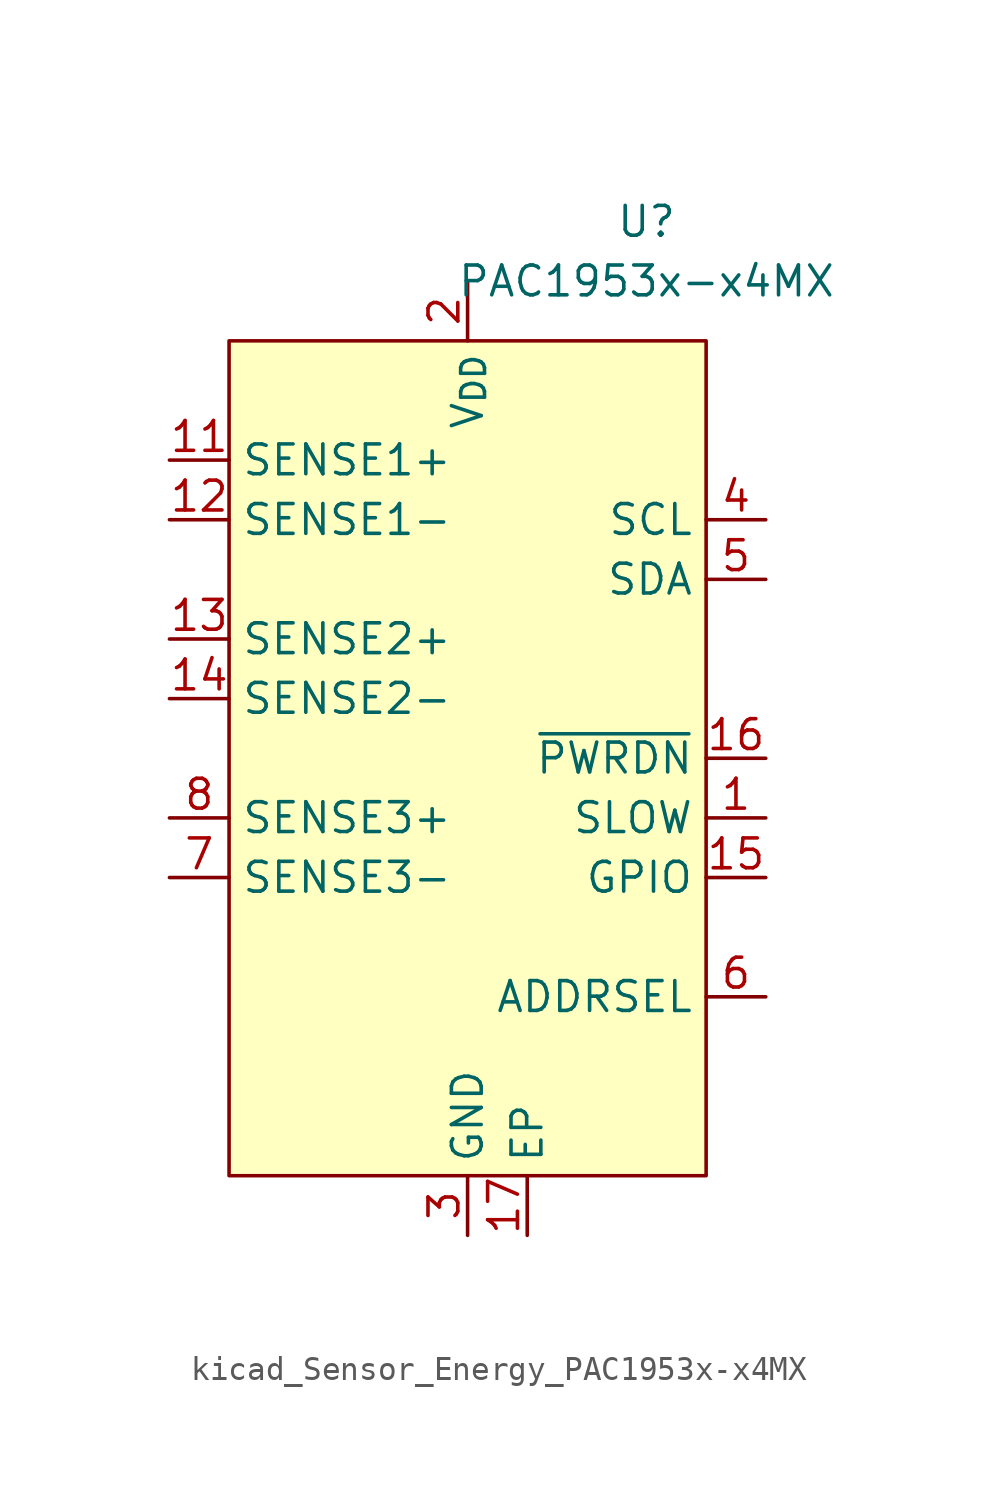
<source format=kicad_sym>
(kicad_symbol_lib
  (version 20220914)
  (generator kicad_symbol_editor)
  (symbol "kicad_Sensor_Energy_PAC1953x-x4MX"
    (property "Reference" "U"
      (at 7.62 22.86 0)
      (effects (font (size 1.27 1.27))))
    (property "Value" "PAC1953x-x4MX"
      (at 7.62 20.32 0)
      (effects (font (size 1.27 1.27))))
    (symbol "kicad_Sensor_Energy_PAC1953x-x4MX_0_0"
      (pin input line (at 12.7 -2.54 180) (length 2.54) (name "SLOW" (effects (font (size 1.27 1.27)))) (number "1" (effects (font (size 1.27 1.27)))) (alternate "GPIO" bidirectional line) (alternate "~{ALERT1}" open_collector line))
      (pin passive line (at 0 -20.32 90) (length 2.54) hide (name "GND" (effects (font (size 1.27 1.27)))) (number "10" (effects (font (size 1.27 1.27)))))
      (pin input line (at -12.7 12.7 0) (length 2.54) (name "SENSE1+" (effects (font (size 1.27 1.27)))) (number "11" (effects (font (size 1.27 1.27)))))
      (pin input line (at -12.7 10.16 0) (length 2.54) (name "SENSE1-" (effects (font (size 1.27 1.27)))) (number "12" (effects (font (size 1.27 1.27)))))
      (pin input line (at -12.7 5.08 0) (length 2.54) (name "SENSE2+" (effects (font (size 1.27 1.27)))) (number "13" (effects (font (size 1.27 1.27)))))
      (pin input line (at -12.7 2.54 0) (length 2.54) (name "SENSE2-" (effects (font (size 1.27 1.27)))) (number "14" (effects (font (size 1.27 1.27)))))
      (pin bidirectional line (at 12.7 -5.08 180) (length 2.54) (name "GPIO" (effects (font (size 1.27 1.27)))) (number "15" (effects (font (size 1.27 1.27)))) (alternate "~{ALERT2}" open_collector line))
      (pin input line (at 12.7 0 180) (length 2.54) (name "~{PWRDN}" (effects (font (size 1.27 1.27)))) (number "16" (effects (font (size 1.27 1.27)))))
      (pin passive line (at 2.54 -20.32 90) (length 2.54) (name "EP" (effects (font (size 1.27 1.27)))) (number "17" (effects (font (size 1.27 1.27)))))
      (pin power_in line (at 0 20.32 270) (length 2.54) (name "V_{DD}" (effects (font (size 1.27 1.27)))) (number "2" (effects (font (size 1.27 1.27)))))
      (pin power_in line (at 0 -20.32 90) (length 2.54) (name "GND" (effects (font (size 1.27 1.27)))) (number "3" (effects (font (size 1.27 1.27)))))
      (pin input line (at 12.7 10.16 180) (length 2.54) (name "SCL" (effects (font (size 1.27 1.27)))) (number "4" (effects (font (size 1.27 1.27)))) (alternate "SM_CLK" input line))
      (pin bidirectional line (at 12.7 7.62 180) (length 2.54) (name "SDA" (effects (font (size 1.27 1.27)))) (number "5" (effects (font (size 1.27 1.27)))) (alternate "SM_DATA" bidirectional line))
      (pin passive line (at 12.7 -10.16 180) (length 2.54) (name "ADDRSEL" (effects (font (size 1.27 1.27)))) (number "6" (effects (font (size 1.27 1.27)))))
      (pin input line (at -12.7 -5.08 0) (length 2.54) (name "SENSE3-" (effects (font (size 1.27 1.27)))) (number "7" (effects (font (size 1.27 1.27)))))
      (pin input line (at -12.7 -2.54 0) (length 2.54) (name "SENSE3+" (effects (font (size 1.27 1.27)))) (number "8" (effects (font (size 1.27 1.27)))))
      (pin passive line (at 0 -20.32 90) (length 2.54) hide (name "GND" (effects (font (size 1.27 1.27)))) (number "9" (effects (font (size 1.27 1.27))))))
    (symbol "kicad_Sensor_Energy_PAC1953x-x4MX_0_1"
      (rectangle (start -10.16 17.78) (end 10.16 -17.78) (stroke (width 0) (type default)) (fill (type background))))))
</source>
